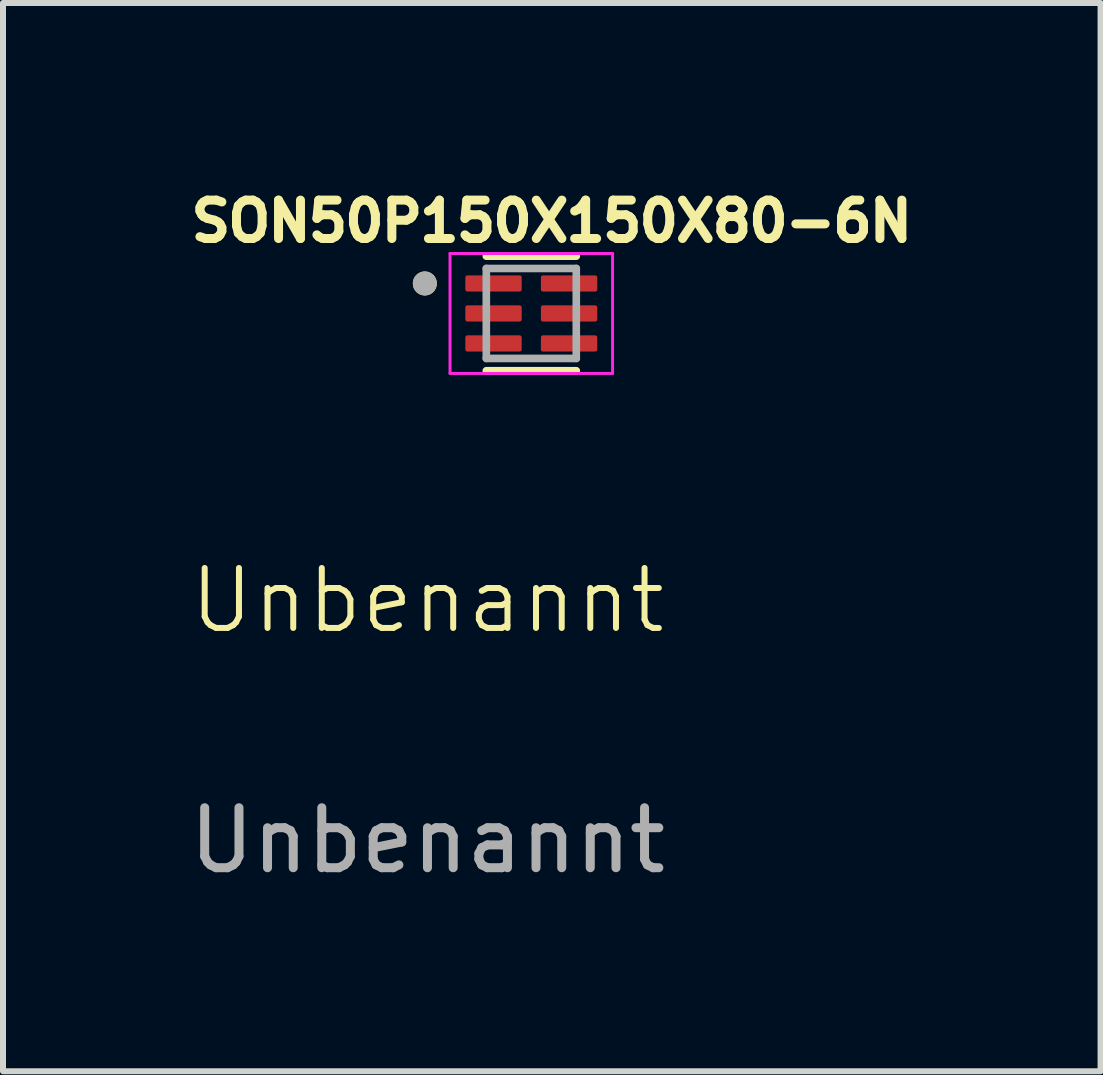
<source format=kicad_pcb>
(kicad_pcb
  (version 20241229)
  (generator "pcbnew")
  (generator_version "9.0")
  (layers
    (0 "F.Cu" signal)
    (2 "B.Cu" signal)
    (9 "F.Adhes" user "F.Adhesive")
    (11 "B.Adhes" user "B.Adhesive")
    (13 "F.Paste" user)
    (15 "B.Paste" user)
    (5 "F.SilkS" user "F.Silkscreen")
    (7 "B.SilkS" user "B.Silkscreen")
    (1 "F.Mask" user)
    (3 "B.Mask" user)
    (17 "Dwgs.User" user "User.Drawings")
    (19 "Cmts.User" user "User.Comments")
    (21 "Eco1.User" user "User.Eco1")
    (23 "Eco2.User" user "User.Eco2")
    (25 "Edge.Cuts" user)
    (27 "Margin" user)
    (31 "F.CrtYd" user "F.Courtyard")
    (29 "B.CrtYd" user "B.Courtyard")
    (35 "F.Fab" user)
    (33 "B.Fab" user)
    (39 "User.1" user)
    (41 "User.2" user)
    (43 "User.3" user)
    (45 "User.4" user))
  (footprint "SON50P150X150X80-6N"
    (layer "F.Cu")
    (at 5.808 2.176)
    (property "Reference" "SON50P150X150X80-6N" (at 0.342 -1.538 0) (layer "F.SilkS") (effects (font (size 0.64 0.64) (thickness 0.15))))
    (attr smd)
    (fp_line (start -0.75 -0.955) (end 0.75 -0.955) (stroke (width 0.127) (type solid)) (layer "F.SilkS"))
    (fp_line (start -0.75 0.955) (end 0.75 0.955) (stroke (width 0.127) (type solid)) (layer "F.SilkS"))
    (fp_circle (center -1.775 -0.5) (end -1.675 -0.5) (stroke (width 0.2) (type solid)) (fill no) (layer "F.SilkS"))
    (fp_line (start -1.355 -1) (end -1.355 1) (stroke (width 0.05) (type solid)) (layer "F.CrtYd"))
    (fp_line (start -1.355 -1) (end 1.355 -1) (stroke (width 0.05) (type solid)) (layer "F.CrtYd"))
    (fp_line (start -1.355 1) (end 1.355 1) (stroke (width 0.05) (type solid)) (layer "F.CrtYd"))
    (fp_line (start 1.355 -1) (end 1.355 1) (stroke (width 0.05) (type solid)) (layer "F.CrtYd"))
    (fp_line (start -0.75 -0.75) (end -0.75 0.75) (stroke (width 0.127) (type solid)) (layer "F.Fab"))
    (fp_line (start -0.75 -0.75) (end 0.75 -0.75) (stroke (width 0.127) (type solid)) (layer "F.Fab"))
    (fp_line (start -0.75 0.75) (end 0.75 0.75) (stroke (width 0.127) (type solid)) (layer "F.Fab"))
    (fp_line (start 0.75 -0.75) (end 0.75 0.75) (stroke (width 0.127) (type solid)) (layer "F.Fab"))
    (fp_circle (center -1.775 -0.5) (end -1.675 -0.5) (stroke (width 0.2) (type solid)) (fill no) (layer "F.Fab"))
    (pad "1" smd roundrect (at -0.63 -0.5) (size 0.94 0.27) (layers "F.Cu" "F.Mask" "F.Paste") (roundrect_rratio 0.125))
    (pad "2" smd roundrect (at -0.63 0) (size 0.94 0.27) (layers "F.Cu" "F.Mask" "F.Paste") (roundrect_rratio 0.125))
    (pad "3" smd roundrect (at -0.63 0.5) (size 0.94 0.27) (layers "F.Cu" "F.Mask" "F.Paste") (roundrect_rratio 0.125))
    (pad "4" smd roundrect (at 0.63 0.5) (size 0.94 0.27) (layers "F.Cu" "F.Mask" "F.Paste") (roundrect_rratio 0.125))
    (pad "5" smd roundrect (at 0.63 0) (size 0.94 0.27) (layers "F.Cu" "F.Mask" "F.Paste") (roundrect_rratio 0.125))
    (pad "6" smd roundrect (at 0.63 -0.5) (size 0.94 0.27) (layers "F.Cu" "F.Mask" "F.Paste") (roundrect_rratio 0.125)))
  (footprint "Unbenannt"
    (layer "F.Cu")
    (at 4.077 8.462)
    (property "Reference" "Unbenannt" (at 0 -1.5 0) (unlocked yes) (layer "F.SilkS") (effects (font (size 1 1) (thickness 0.1))))
    (attr smd)
    (fp_text user "${REFERENCE}" (at 0 2.5 0) (unlocked yes) (layer "F.Fab") (effects (font (size 1 1) (thickness 0.15)))))
  (gr_rect
    (start -3 -3)
    (end 15.299 14.81)
    (stroke (width 0.1) (type default))
    (fill no)
    (layer "Edge.Cuts")))
</source>
